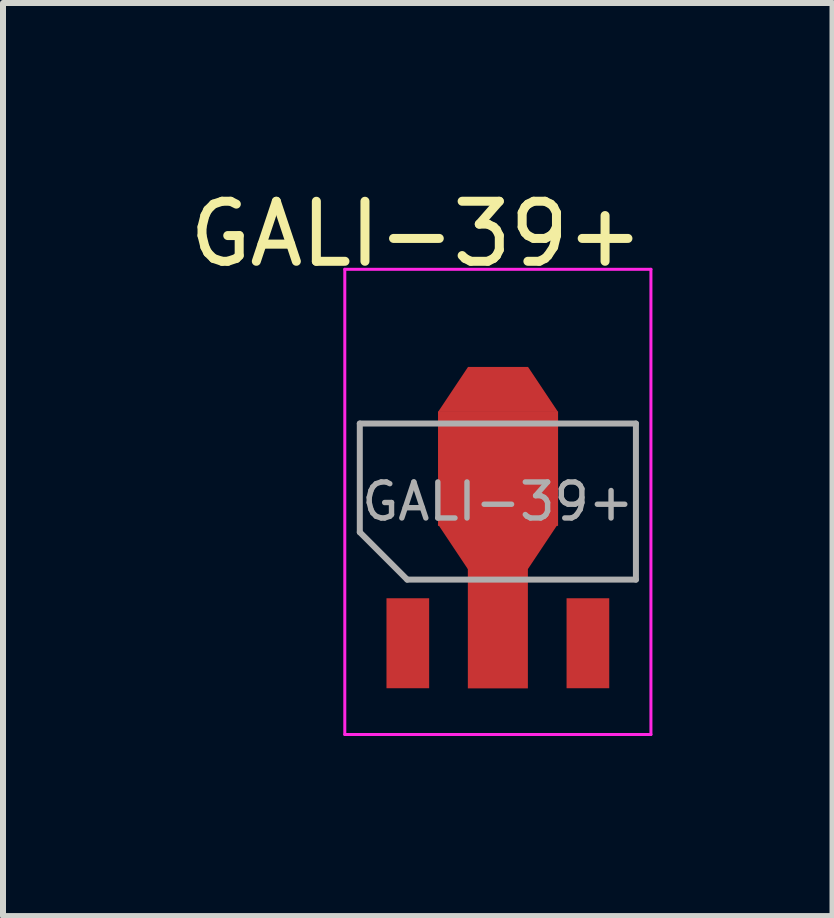
<source format=kicad_pcb>
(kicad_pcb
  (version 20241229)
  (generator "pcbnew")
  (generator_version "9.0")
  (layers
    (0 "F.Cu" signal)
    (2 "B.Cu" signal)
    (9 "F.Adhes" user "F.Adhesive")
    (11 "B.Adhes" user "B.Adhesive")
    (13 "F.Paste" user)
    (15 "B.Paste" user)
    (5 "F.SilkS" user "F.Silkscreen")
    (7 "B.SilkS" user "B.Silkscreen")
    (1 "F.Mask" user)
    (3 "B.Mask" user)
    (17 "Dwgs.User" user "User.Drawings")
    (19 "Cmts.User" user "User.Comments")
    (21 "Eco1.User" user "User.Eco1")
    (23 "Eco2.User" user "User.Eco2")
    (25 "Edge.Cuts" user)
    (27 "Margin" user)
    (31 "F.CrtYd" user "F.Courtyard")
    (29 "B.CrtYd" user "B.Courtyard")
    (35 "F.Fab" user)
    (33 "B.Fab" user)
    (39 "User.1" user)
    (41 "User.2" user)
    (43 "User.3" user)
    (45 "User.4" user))
  (footprint "GALI-39+"
    (layer "F.Cu")
    (at 5.187 5.498)
    (property "Reference" "GALI-39+" (at -1.3 -4.65 0) (layer "F.SilkS") (effects (font (size 1 1) (thickness 0.15))))
    (attr smd)
    (fp_line (start -2.493 -4.062) (end -2.493 3.688) (stroke (width 0.05) (type solid)) (layer "F.CrtYd"))
    (fp_line (start -2.493 3.688) (end 2.607 3.688) (stroke (width 0.05) (type solid)) (layer "F.CrtYd"))
    (fp_line (start 2.607 -4.062) (end -2.493 -4.062) (stroke (width 0.05) (type solid)) (layer "F.CrtYd"))
    (fp_line (start 2.607 3.688) (end 2.607 -4.062) (stroke (width 0.05) (type solid)) (layer "F.CrtYd"))
    (fp_line (start -2.243 -1.492) (end 2.357 -1.492) (stroke (width 0.1) (type solid)) (layer "F.Fab"))
    (fp_line (start -2.243 0.318) (end -2.243 -1.492) (stroke (width 0.1) (type solid)) (layer "F.Fab"))
    (fp_line (start -1.453 1.108) (end -2.243 0.318) (stroke (width 0.1) (type solid)) (layer "F.Fab"))
    (fp_line (start 2.357 -1.492) (end 2.357 1.108) (stroke (width 0.1) (type solid)) (layer "F.Fab"))
    (fp_line (start 2.357 1.108) (end -1.453 1.108) (stroke (width 0.1) (type solid)) (layer "F.Fab"))
    (fp_text user "${REFERENCE}" (at 0.057 -0.192 180) (layer "F.Fab") (effects (font (size 0.6 0.6) (thickness 0.09))))
    (pad "1" smd rect (at -1.443 2.168) (size 0.711 1.499) (layers "F.Cu" "F.Mask" "F.Paste"))
    (pad "2" smd trapezoid (at 0.057 0.558 180) (size 1.5 0.75) (rect_delta 0 0.5) (layers "F.Cu" "F.Mask" "F.Paste"))
    (pad "2" smd rect (at 0.057 1.65) (size 1 2.54) (layers "F.Cu" "F.Mask" "F.Paste"))
    (pad "2" smd trapezoid (at 0.06 -2.06) (size 1.5 0.75) (rect_delta 0 0.5) (layers "F.Cu" "F.Mask" "F.Paste"))
    (pad "2" smd rect (at 0.06 -0.74) (size 2 1.905) (layers "F.Cu" "F.Mask" "F.Paste"))
    (pad "3" smd rect (at 1.557 2.168) (size 0.711 1.499) (layers "F.Cu" "F.Mask" "F.Paste")))
  (gr_rect
    (start -3 -3)
    (end 10.819 12.211)
    (stroke (width 0.1) (type default))
    (fill no)
    (layer "Edge.Cuts")))
</source>
